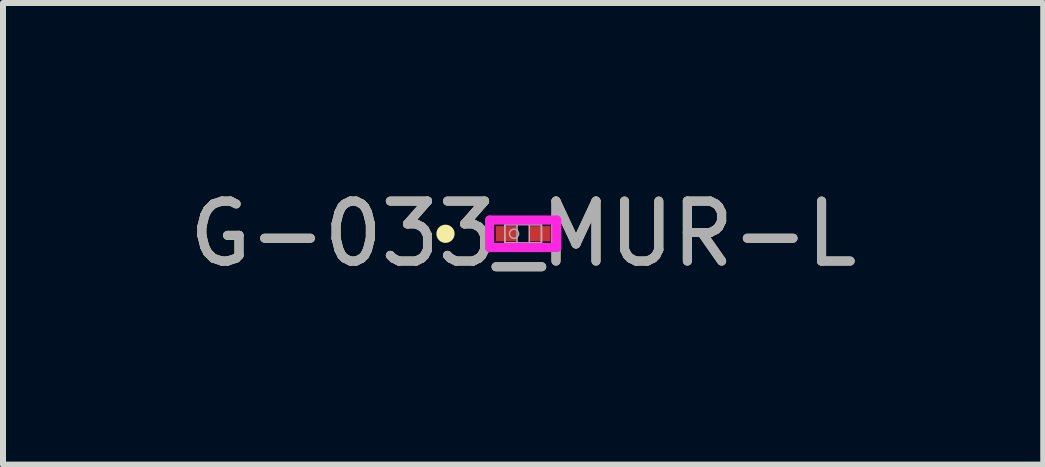
<source format=kicad_pcb>
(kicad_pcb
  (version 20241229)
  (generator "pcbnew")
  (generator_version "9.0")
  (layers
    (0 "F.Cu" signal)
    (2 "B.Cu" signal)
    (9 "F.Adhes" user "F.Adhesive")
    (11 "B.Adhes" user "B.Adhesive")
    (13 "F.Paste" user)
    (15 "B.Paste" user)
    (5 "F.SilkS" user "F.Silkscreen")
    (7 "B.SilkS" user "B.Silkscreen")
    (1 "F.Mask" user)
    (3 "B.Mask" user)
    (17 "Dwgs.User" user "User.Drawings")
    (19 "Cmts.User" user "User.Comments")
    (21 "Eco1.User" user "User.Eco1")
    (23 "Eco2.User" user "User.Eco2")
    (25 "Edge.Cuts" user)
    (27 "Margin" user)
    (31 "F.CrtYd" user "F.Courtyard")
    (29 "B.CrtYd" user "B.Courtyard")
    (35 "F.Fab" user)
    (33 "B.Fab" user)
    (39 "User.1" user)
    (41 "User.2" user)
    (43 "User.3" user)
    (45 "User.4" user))
  (footprint "G-033_MUR-L"
    (layer "F.Cu")
    (at 5.673 0.848)
    (property "Reference" "G-033_MUR-L" (at 0 0 0) (unlocked yes) (layer "F.SilkS") (effects (font (size 1 1) (thickness 0.15))))
    (attr smd)
    (fp_circle (center -1.295 0) (end -1.219 0) (stroke (width 0.152) (type solid)) (fill no) (layer "F.SilkS"))
    (fp_line (start -0.559 -0.229) (end 0.559 -0.229) (stroke (width 0.152) (type solid)) (layer "F.CrtYd"))
    (fp_line (start -0.559 0.229) (end -0.559 -0.229) (stroke (width 0.152) (type solid)) (layer "F.CrtYd"))
    (fp_line (start 0.559 -0.229) (end 0.559 0.229) (stroke (width 0.152) (type solid)) (layer "F.CrtYd"))
    (fp_line (start 0.559 0.229) (end -0.559 0.229) (stroke (width 0.152) (type solid)) (layer "F.CrtYd"))
    (fp_line (start -0.305 -0.152) (end -0.305 0.152) (stroke (width 0.025) (type solid)) (layer "F.Fab"))
    (fp_line (start -0.305 -0.152) (end -0.305 0.152) (stroke (width 0.025) (type solid)) (layer "F.Fab"))
    (fp_line (start -0.305 0.152) (end -0.102 0.152) (stroke (width 0.025) (type solid)) (layer "F.Fab"))
    (fp_line (start -0.305 0.152) (end 0.305 0.152) (stroke (width 0.025) (type solid)) (layer "F.Fab"))
    (fp_line (start -0.102 -0.152) (end -0.305 -0.152) (stroke (width 0.025) (type solid)) (layer "F.Fab"))
    (fp_line (start -0.102 0.152) (end -0.102 -0.152) (stroke (width 0.025) (type solid)) (layer "F.Fab"))
    (fp_line (start 0.102 -0.152) (end 0.102 0.152) (stroke (width 0.025) (type solid)) (layer "F.Fab"))
    (fp_line (start 0.102 0.152) (end 0.305 0.152) (stroke (width 0.025) (type solid)) (layer "F.Fab"))
    (fp_line (start 0.305 -0.152) (end -0.305 -0.152) (stroke (width 0.025) (type solid)) (layer "F.Fab"))
    (fp_line (start 0.305 -0.152) (end 0.102 -0.152) (stroke (width 0.025) (type solid)) (layer "F.Fab"))
    (fp_line (start 0.305 0.152) (end 0.305 -0.152) (stroke (width 0.025) (type solid)) (layer "F.Fab"))
    (fp_line (start 0.305 0.152) (end 0.305 -0.152) (stroke (width 0.025) (type solid)) (layer "F.Fab"))
    (fp_circle (center -0.152 0) (end -0.076 0) (stroke (width 0.025) (type solid)) (fill no) (layer "F.Fab"))
    (fp_text user "${REFERENCE}" (at 0 0 0) (unlocked yes) (layer "F.Fab") (effects (font (size 1 1) (thickness 0.15))))
    (pad "1" smd rect (at -0.279 0) (size 0.356 0.254) (layers "F.Cu" "F.Mask" "F.Paste"))
    (pad "2" smd rect (at 0.279 0) (size 0.356 0.254) (layers "F.Cu" "F.Mask" "F.Paste"))
    (zone (net_name "") (layer "F.Cu") (hatch full 0.508) (connect_pads) (min_thickness 0.254) (filled_areas_thickness no) (keepout (tracks not_allowed) (vias not_allowed) (pads allowed) (copperpour not_allowed) (footprints allowed)) (placement (enabled no)) (fill) (polygon (pts (xy 5.622 0.747) (xy 5.723 0.747) (xy 5.723 0.95) (xy 5.622 0.95)))))
  (gr_rect
    (start -3 -3)
    (end 14.345 4.697)
    (stroke (width 0.1) (type default))
    (fill no)
    (layer "Edge.Cuts")))
</source>
